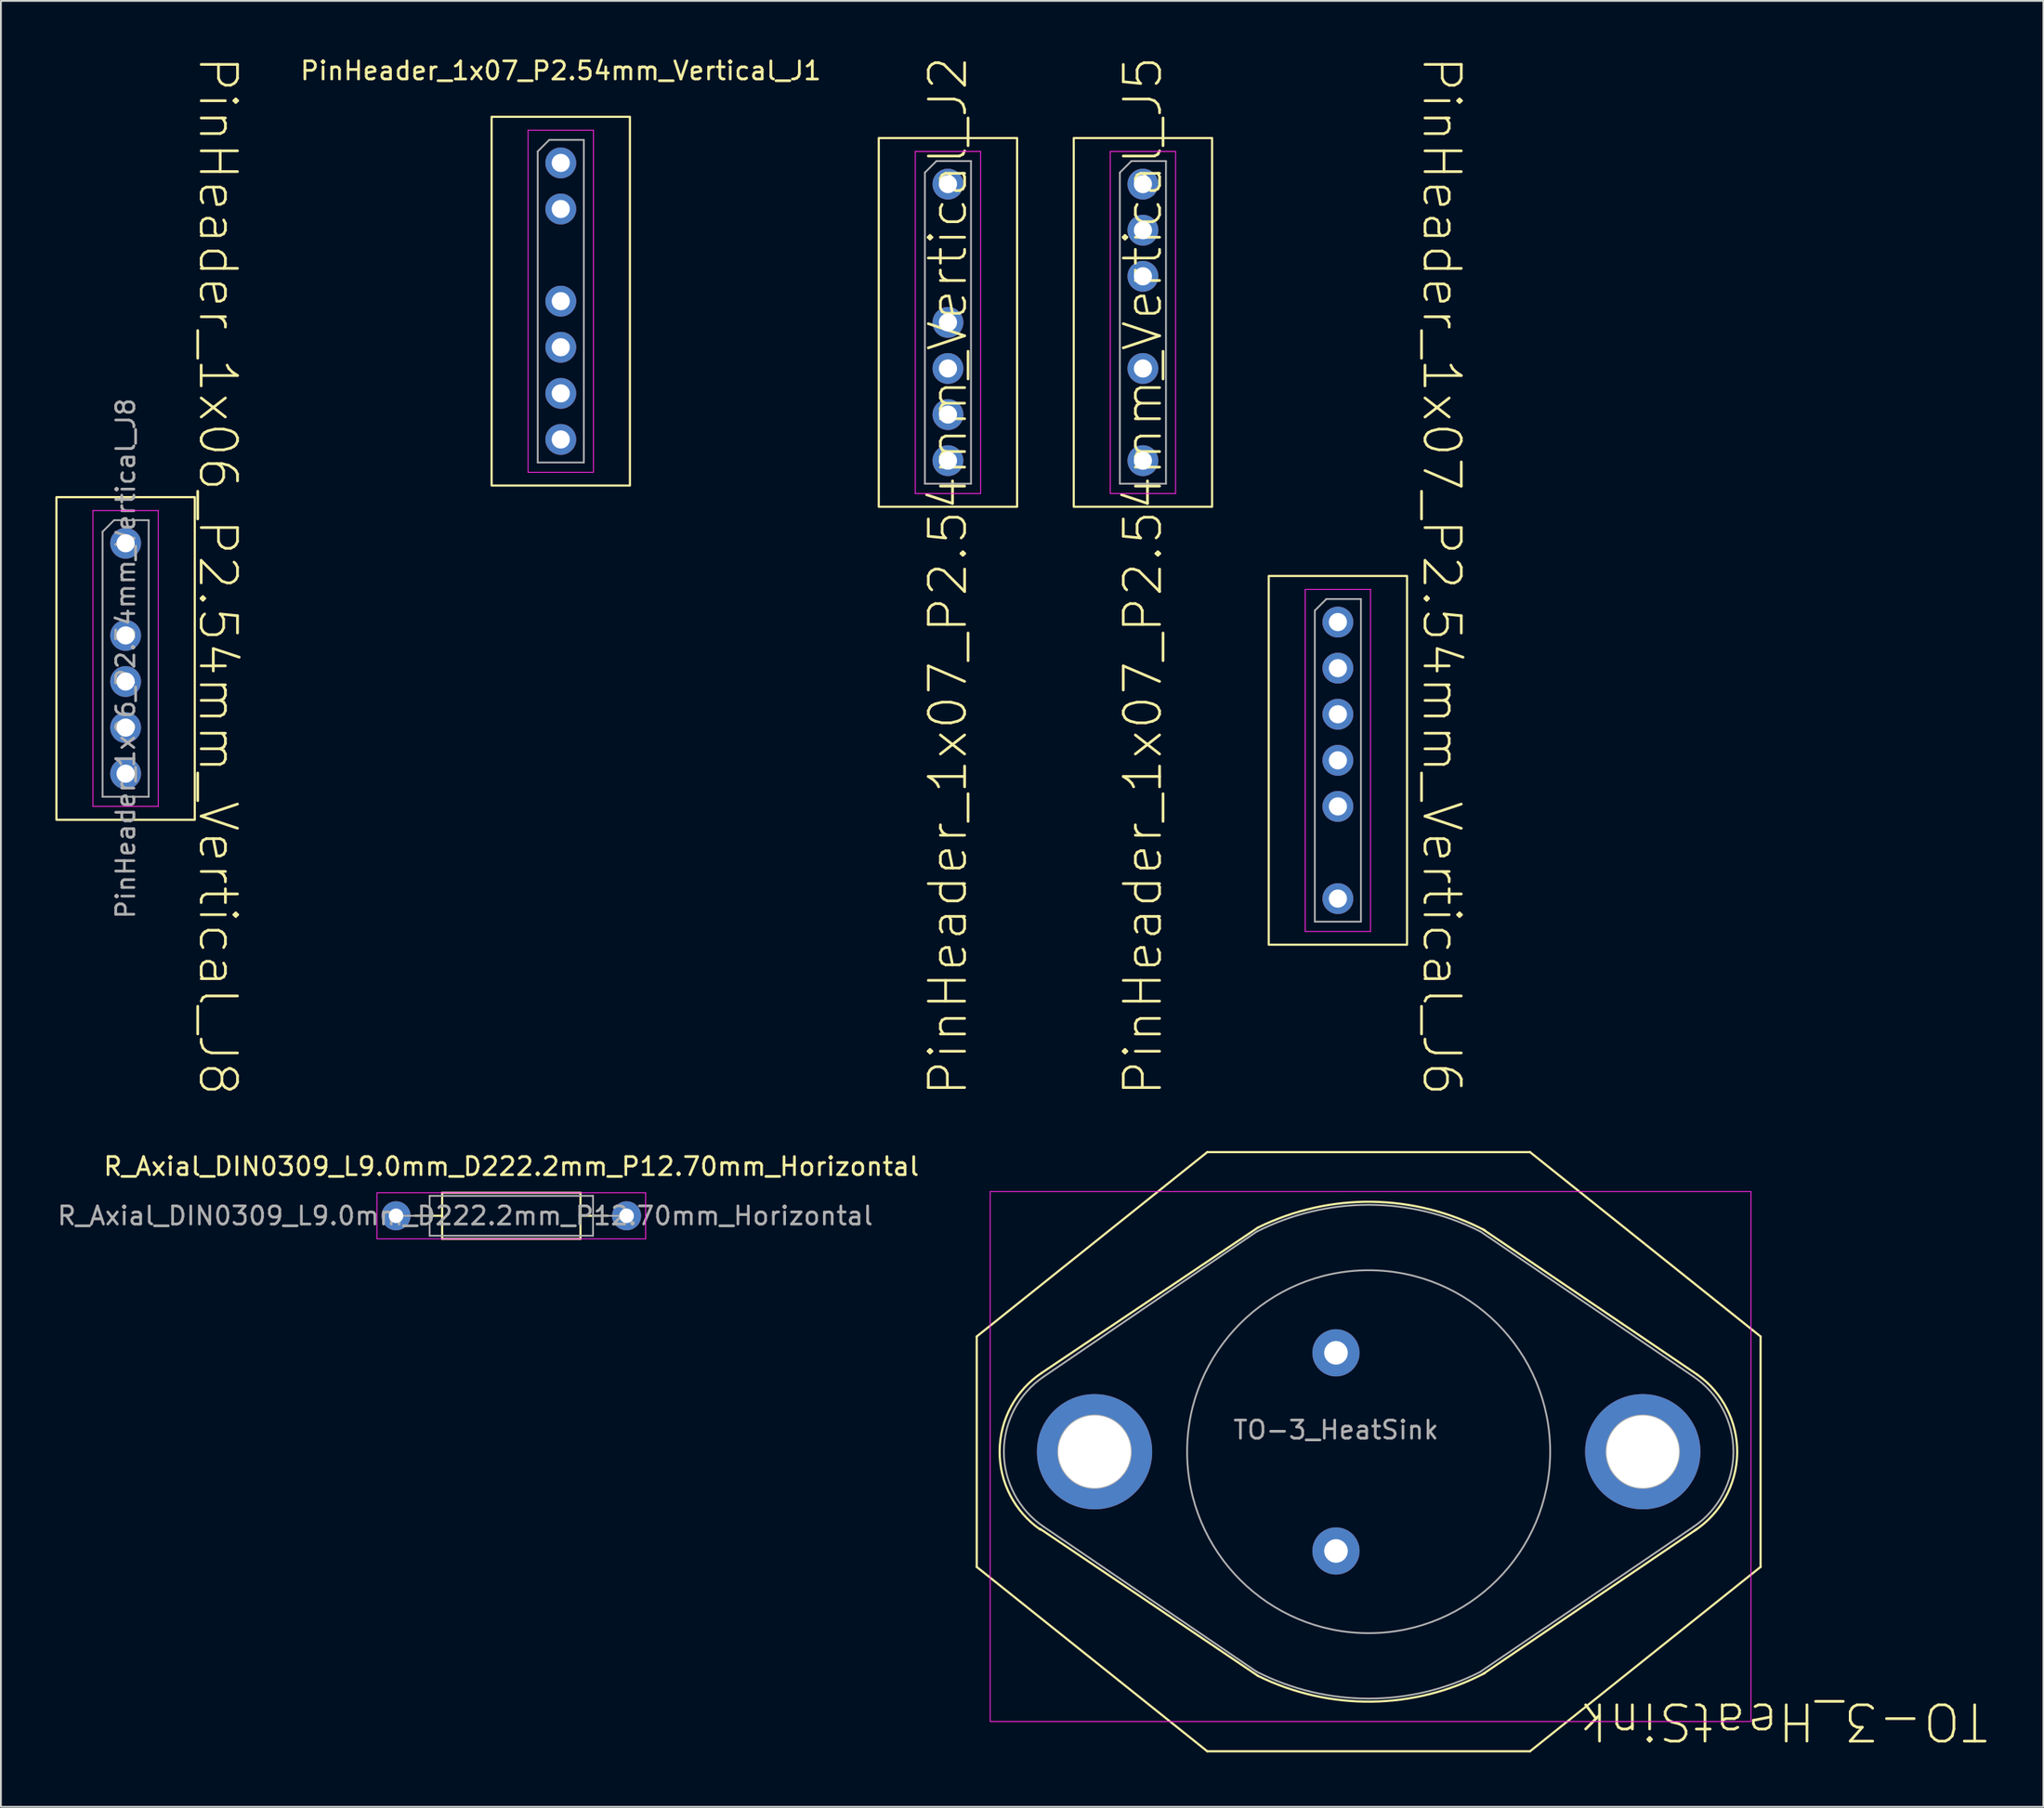
<source format=kicad_pcb>
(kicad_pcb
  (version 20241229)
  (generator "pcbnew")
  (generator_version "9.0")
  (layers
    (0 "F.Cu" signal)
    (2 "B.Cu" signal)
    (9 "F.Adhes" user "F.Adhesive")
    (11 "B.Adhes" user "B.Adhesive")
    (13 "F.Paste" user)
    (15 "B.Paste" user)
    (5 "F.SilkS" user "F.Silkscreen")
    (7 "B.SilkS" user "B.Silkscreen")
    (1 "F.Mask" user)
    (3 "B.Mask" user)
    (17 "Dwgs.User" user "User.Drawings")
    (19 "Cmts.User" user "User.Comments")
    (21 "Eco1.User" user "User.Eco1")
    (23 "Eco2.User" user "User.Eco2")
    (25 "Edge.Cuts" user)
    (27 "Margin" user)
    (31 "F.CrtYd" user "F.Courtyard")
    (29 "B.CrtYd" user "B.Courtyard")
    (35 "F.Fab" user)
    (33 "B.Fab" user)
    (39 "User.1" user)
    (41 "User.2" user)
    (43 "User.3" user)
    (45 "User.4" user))
  (footprint "TO-3_HeatSink"
    (layer "F.Cu")
    (at 70.545 71.503)
    (property "Reference" "TO-3_HeatSink" (at 24.66 20.315 180) (unlocked yes) (layer "F.SilkS") (effects (font (size 2 2) (thickness 0.15))))
    (attr through_hole)
    (fp_line (start -19.79 -0.9) (end -7.09 -11.06) (stroke (width 0.12) (type solid)) (layer "F.SilkS"))
    (fp_line (start -19.79 11.8) (end -19.79 -0.9) (stroke (width 0.12) (type solid)) (layer "F.SilkS"))
    (fp_line (start -7.09 -11.06) (end 10.69 -11.06) (stroke (width 0.12) (type solid)) (layer "F.SilkS"))
    (fp_line (start -7.09 21.96) (end -19.79 11.8) (stroke (width 0.12) (type solid)) (layer "F.SilkS"))
    (fp_line (start -4.3 -6.9) (end -16.2 1.1) (stroke (width 0.12) (type solid)) (layer "F.SilkS"))
    (fp_line (start -4.3 17.8) (end -16.3 9.7) (stroke (width 0.12) (type solid)) (layer "F.SilkS"))
    (fp_line (start 8.1 -6.8) (end 19.9 1.2) (stroke (width 0.12) (type solid)) (layer "F.SilkS"))
    (fp_line (start 8.1 17.7) (end 19.9 9.7) (stroke (width 0.12) (type solid)) (layer "F.SilkS"))
    (fp_line (start 10.69 -11.06) (end 23.39 -0.9) (stroke (width 0.12) (type solid)) (layer "F.SilkS"))
    (fp_line (start 10.69 21.96) (end -7.09 21.96) (stroke (width 0.12) (type solid)) (layer "F.SilkS"))
    (fp_line (start 23.39 -0.9) (end 23.39 11.8) (stroke (width 0.12) (type solid)) (layer "F.SilkS"))
    (fp_line (start 23.39 11.8) (end 10.69 21.96) (stroke (width 0.12) (type solid)) (layer "F.SilkS"))
    (fp_arc (start -16.276967 9.747694) (mid -18.527843 5.403471) (end -16.2 1.1) (stroke (width 0.12) (type solid)) (layer "F.SilkS"))
    (fp_arc (start -4.3 -6.9) (mid 1.971643 -8.323273) (end 8.20587 -6.744152) (stroke (width 0.12) (type solid)) (layer "F.SilkS"))
    (fp_arc (start 8.20587 17.644152) (mid 1.971643 19.223273) (end -4.3 17.8) (stroke (width 0.12) (type solid)) (layer "F.SilkS"))
    (fp_arc (start 19.9 1.2) (mid 22.101343 5.542388) (end 19.747176 9.803859) (stroke (width 0.12) (type solid)) (layer "F.SilkS"))
    (fp_rect (start -19.05 -8.89) (end 22.86 20.32) (stroke (width 0.05) (type solid)) (fill no) (layer "F.CrtYd"))
    (fp_line (start -4.38 -6.67) (end -16.11 1.32) (stroke (width 0.1) (type solid)) (layer "F.Fab"))
    (fp_line (start -4.38 17.57) (end -16.11 9.58) (stroke (width 0.1) (type solid)) (layer "F.Fab"))
    (fp_line (start 7.98 -6.67) (end 19.71 1.32) (stroke (width 0.1) (type solid)) (layer "F.Fab"))
    (fp_line (start 7.98 17.56) (end 19.71 9.58) (stroke (width 0.1) (type solid)) (layer "F.Fab"))
    (fp_arc (start -16.105547 9.583026) (mid -18.295297 5.452692) (end -16.11 1.32) (stroke (width 0.1) (type solid)) (layer "F.Fab"))
    (fp_arc (start -4.38 -6.67) (mid 1.795945 -8.15466) (end 7.972773 -6.673682) (stroke (width 0.1) (type solid)) (layer "F.Fab"))
    (fp_arc (start 7.972773 17.573682) (mid 1.795945 19.05466) (end -4.38 17.57) (stroke (width 0.1) (type solid)) (layer "F.Fab"))
    (fp_arc (start 19.71 1.32) (mid 21.895297 5.452692) (end 19.705547 9.583026) (stroke (width 0.1) (type solid)) (layer "F.Fab"))
    (fp_circle (center -13.3 5.45) (end -15.3 5.45) (stroke (width 0.1) (type solid)) (fill no) (layer "F.Fab"))
    (fp_circle (center 1.8 5.45) (end 11.8 5.45) (stroke (width 0.1) (type solid)) (fill no) (layer "F.Fab"))
    (fp_circle (center 16.9 5.45) (end 18.9 5.45) (stroke (width 0.1) (type solid)) (fill no) (layer "F.Fab"))
    (fp_text user "${REFERENCE}" (at 0 4.25 0) (layer "F.Fab") (effects (font (size 1 1) (thickness 0.15))))
    (pad "1" thru_hole circle (at 0 0) (size 2.6 2.6) (drill 1.3) (layers "*.Cu" "*.Mask"))
    (pad "2" thru_hole circle (at 0 10.92) (size 2.6 2.6) (drill 1.3) (layers "*.Cu" "*.Mask"))
    (pad "3" thru_hole circle (at -13.3 5.45) (size 6.35 6.35) (drill 4) (layers "*.Cu" "*.Mask"))
    (pad "3" thru_hole circle (at 16.9 5.45) (size 6.35 6.35) (drill 4) (layers "*.Cu" "*.Mask")))
  (footprint "PinHeader_1x06_P2.54mm_Vertical_J8"
    (layer "F.Cu")
    (at 3.87 26.888)
    (property "Reference" "PinHeader_1x06_P2.54mm_Vertical_J8" (at 5.08 1.803 270) (unlocked yes) (layer "F.SilkS") (effects (font (size 2 2) (thickness 0.15))))
    (attr through_hole)
    (fp_rect (start -3.81 -2.54) (end 3.81 15.24) (stroke (width 0.12) (type solid)) (fill no) (layer "F.SilkS"))
    (fp_line (start -1.8 -1.8) (end -1.8 14.5) (stroke (width 0.05) (type solid)) (layer "F.CrtYd"))
    (fp_line (start -1.8 14.5) (end 1.8 14.5) (stroke (width 0.05) (type solid)) (layer "F.CrtYd"))
    (fp_line (start 1.8 -1.8) (end -1.8 -1.8) (stroke (width 0.05) (type solid)) (layer "F.CrtYd"))
    (fp_line (start 1.8 14.5) (end 1.8 -1.8) (stroke (width 0.05) (type solid)) (layer "F.CrtYd"))
    (fp_line (start -1.27 -0.635) (end -0.635 -1.27) (stroke (width 0.1) (type solid)) (layer "F.Fab"))
    (fp_line (start -1.27 13.97) (end -1.27 -0.635) (stroke (width 0.1) (type solid)) (layer "F.Fab"))
    (fp_line (start -0.635 -1.27) (end 1.27 -1.27) (stroke (width 0.1) (type solid)) (layer "F.Fab"))
    (fp_line (start 1.27 -1.27) (end 1.27 13.97) (stroke (width 0.1) (type solid)) (layer "F.Fab"))
    (fp_line (start 1.27 13.97) (end -1.27 13.97) (stroke (width 0.1) (type solid)) (layer "F.Fab"))
    (fp_text user "${REFERENCE}" (at 0 6.35 90) (layer "F.Fab") (effects (font (size 1 1) (thickness 0.15))))
    (pad "1" thru_hole circle (at 0 0) (size 1.7 1.7) (drill 1) (layers "*.Cu" "*.Mask"))
    (pad "3" thru_hole oval (at 0 5.08) (size 1.7 1.7) (drill 1) (layers "*.Cu" "*.Mask"))
    (pad "4" thru_hole oval (at 0 7.62) (size 1.7 1.7) (drill 1) (layers "*.Cu" "*.Mask"))
    (pad "5" thru_hole oval (at 0 10.16) (size 1.7 1.7) (drill 1) (layers "*.Cu" "*.Mask"))
    (pad "6" thru_hole oval (at 0 12.7) (size 1.7 1.7) (drill 1) (layers "*.Cu" "*.Mask")))
  (footprint "PinHeader_1x07_P2.54mm_Vertical_J1"
    (layer "F.Cu")
    (at 27.842 5.928)
    (property "Reference" "PinHeader_1x07_P2.54mm_Vertical_J1" (at 0 -5.08 0) (unlocked yes) (layer "F.SilkS") (effects (font (size 1 1) (thickness 0.15))))
    (attr through_hole)
    (fp_rect (start -3.81 -2.54) (end 3.81 17.78) (stroke (width 0.12) (type solid)) (fill no) (layer "F.SilkS"))
    (fp_line (start -1.8 -1.8) (end -1.8 17.05) (stroke (width 0.05) (type solid)) (layer "F.CrtYd"))
    (fp_line (start -1.8 17.05) (end 1.8 17.05) (stroke (width 0.05) (type solid)) (layer "F.CrtYd"))
    (fp_line (start 1.8 -1.8) (end -1.8 -1.8) (stroke (width 0.05) (type solid)) (layer "F.CrtYd"))
    (fp_line (start 1.8 17.05) (end 1.8 -1.8) (stroke (width 0.05) (type solid)) (layer "F.CrtYd"))
    (fp_line (start -1.27 -0.635) (end -0.635 -1.27) (stroke (width 0.1) (type solid)) (layer "F.Fab"))
    (fp_line (start -1.27 16.51) (end -1.27 -0.635) (stroke (width 0.1) (type solid)) (layer "F.Fab"))
    (fp_line (start -0.635 -1.27) (end 1.27 -1.27) (stroke (width 0.1) (type solid)) (layer "F.Fab"))
    (fp_line (start 1.27 -1.27) (end 1.27 16.51) (stroke (width 0.1) (type solid)) (layer "F.Fab"))
    (fp_line (start 1.27 16.51) (end -1.27 16.51) (stroke (width 0.1) (type solid)) (layer "F.Fab"))
    (pad "1" thru_hole circle (at 0 0) (size 1.7 1.7) (drill 1) (layers "*.Cu" "*.Mask"))
    (pad "2" thru_hole oval (at 0 2.54) (size 1.7 1.7) (drill 1) (layers "*.Cu" "*.Mask"))
    (pad "4" thru_hole oval (at 0 7.62) (size 1.7 1.7) (drill 1) (layers "*.Cu" "*.Mask"))
    (pad "5" thru_hole oval (at 0 10.16) (size 1.7 1.7) (drill 1) (layers "*.Cu" "*.Mask"))
    (pad "6" thru_hole oval (at 0 12.7) (size 1.7 1.7) (drill 1) (layers "*.Cu" "*.Mask"))
    (pad "7" thru_hole oval (at 0 15.24) (size 1.7 1.7) (drill 1) (layers "*.Cu" "*.Mask")))
  (footprint "PinHeader_1x07_P2.54mm_Vertical_J2"
    (layer "F.Cu")
    (at 49.17 7.097)
    (property "Reference" "PinHeader_1x07_P2.54mm_Vertical_J2" (at 0 21.595 270) (layer "F.SilkS") (effects (font (size 2 2) (thickness 0.15))))
    (attr through_hole)
    (fp_rect (start -3.81 -2.54) (end 3.81 17.78) (stroke (width 0.12) (type solid)) (fill no) (layer "F.SilkS"))
    (fp_line (start -1.8 -1.8) (end -1.8 17.05) (stroke (width 0.05) (type solid)) (layer "F.CrtYd"))
    (fp_line (start -1.8 17.05) (end 1.8 17.05) (stroke (width 0.05) (type solid)) (layer "F.CrtYd"))
    (fp_line (start 1.8 -1.8) (end -1.8 -1.8) (stroke (width 0.05) (type solid)) (layer "F.CrtYd"))
    (fp_line (start 1.8 17.05) (end 1.8 -1.8) (stroke (width 0.05) (type solid)) (layer "F.CrtYd"))
    (fp_line (start -1.27 -0.635) (end -0.635 -1.27) (stroke (width 0.1) (type solid)) (layer "F.Fab"))
    (fp_line (start -1.27 16.51) (end -1.27 -0.635) (stroke (width 0.1) (type solid)) (layer "F.Fab"))
    (fp_line (start -0.635 -1.27) (end 1.27 -1.27) (stroke (width 0.1) (type solid)) (layer "F.Fab"))
    (fp_line (start 1.27 -1.27) (end 1.27 16.51) (stroke (width 0.1) (type solid)) (layer "F.Fab"))
    (fp_line (start 1.27 16.51) (end -1.27 16.51) (stroke (width 0.1) (type solid)) (layer "F.Fab"))
    (pad "1" thru_hole circle (at 0 0) (size 1.7 1.7) (drill 1) (layers "*.Cu" "*.Mask"))
    (pad "4" thru_hole oval (at 0 7.62) (size 1.7 1.7) (drill 1) (layers "*.Cu" "*.Mask"))
    (pad "5" thru_hole oval (at 0 10.16) (size 1.7 1.7) (drill 1) (layers "*.Cu" "*.Mask"))
    (pad "6" thru_hole oval (at 0 12.7) (size 1.7 1.7) (drill 1) (layers "*.Cu" "*.Mask"))
    (pad "7" thru_hole oval (at 0 15.24) (size 1.7 1.7) (drill 1) (layers "*.Cu" "*.Mask")))
  (footprint "PinHeader_1x07_P2.54mm_Vertical_J5"
    (layer "F.Cu")
    (at 59.91 7.097)
    (property "Reference" "PinHeader_1x07_P2.54mm_Vertical_J5" (at 0 21.595 270) (layer "F.SilkS") (effects (font (size 2 2) (thickness 0.15))))
    (attr through_hole)
    (fp_rect (start -3.81 -2.54) (end 3.81 17.78) (stroke (width 0.12) (type solid)) (fill no) (layer "F.SilkS"))
    (fp_line (start -1.8 -1.8) (end -1.8 17.05) (stroke (width 0.05) (type solid)) (layer "F.CrtYd"))
    (fp_line (start -1.8 17.05) (end 1.8 17.05) (stroke (width 0.05) (type solid)) (layer "F.CrtYd"))
    (fp_line (start 1.8 -1.8) (end -1.8 -1.8) (stroke (width 0.05) (type solid)) (layer "F.CrtYd"))
    (fp_line (start 1.8 17.05) (end 1.8 -1.8) (stroke (width 0.05) (type solid)) (layer "F.CrtYd"))
    (fp_line (start -1.27 -0.635) (end -0.635 -1.27) (stroke (width 0.1) (type solid)) (layer "F.Fab"))
    (fp_line (start -1.27 16.51) (end -1.27 -0.635) (stroke (width 0.1) (type solid)) (layer "F.Fab"))
    (fp_line (start -0.635 -1.27) (end 1.27 -1.27) (stroke (width 0.1) (type solid)) (layer "F.Fab"))
    (fp_line (start 1.27 -1.27) (end 1.27 16.51) (stroke (width 0.1) (type solid)) (layer "F.Fab"))
    (fp_line (start 1.27 16.51) (end -1.27 16.51) (stroke (width 0.1) (type solid)) (layer "F.Fab"))
    (pad "1" thru_hole circle (at 0 0) (size 1.7 1.7) (drill 1) (layers "*.Cu" "*.Mask"))
    (pad "2" thru_hole oval (at 0 2.54) (size 1.7 1.7) (drill 1) (layers "*.Cu" "*.Mask"))
    (pad "3" thru_hole oval (at 0 5.08) (size 1.7 1.7) (drill 1) (layers "*.Cu" "*.Mask"))
    (pad "5" thru_hole oval (at 0 10.16) (size 1.7 1.7) (drill 1) (layers "*.Cu" "*.Mask"))
    (pad "7" thru_hole oval (at 0 15.24) (size 1.7 1.7) (drill 1) (layers "*.Cu" "*.Mask")))
  (footprint "R_Axial_DIN0309_L9.0mm_D222.2mm_P12.70mm_Horizontal"
    (layer "F.Cu")
    (at 18.767 63.952)
    (property "Reference" "R_Axial_DIN0309_L9.0mm_D222.2mm_P12.70mm_Horizontal" (at 6.35 -2.72 0) (layer "F.SilkS") (effects (font (size 1 1) (thickness 0.15))))
    (attr through_hole)
    (fp_line (start 1.04 0) (end 2.54 0) (stroke (width 0.12) (type solid)) (layer "F.SilkS"))
    (fp_line (start 2.54 -1.27) (end 2.54 1.27) (stroke (width 0.12) (type solid)) (layer "F.SilkS"))
    (fp_line (start 2.54 1.27) (end 10.16 1.27) (stroke (width 0.12) (type solid)) (layer "F.SilkS"))
    (fp_line (start 10.16 -1.27) (end 2.54 -1.27) (stroke (width 0.12) (type solid)) (layer "F.SilkS"))
    (fp_line (start 10.16 1.27) (end 10.16 -1.27) (stroke (width 0.12) (type solid)) (layer "F.SilkS"))
    (fp_line (start 11.66 0) (end 10.16 0) (stroke (width 0.12) (type solid)) (layer "F.SilkS"))
    (fp_line (start -1.05 -1.27) (end -1.05 1.27) (stroke (width 0.05) (type solid)) (layer "F.CrtYd"))
    (fp_line (start -1.05 1.27) (end 13.75 1.27) (stroke (width 0.05) (type solid)) (layer "F.CrtYd"))
    (fp_line (start 13.75 -1.27) (end -1.05 -1.27) (stroke (width 0.05) (type solid)) (layer "F.CrtYd"))
    (fp_line (start 13.75 1.27) (end 13.75 -1.27) (stroke (width 0.05) (type solid)) (layer "F.CrtYd"))
    (fp_line (start 0 0) (end 1.85 0) (stroke (width 0.1) (type solid)) (layer "F.Fab"))
    (fp_line (start 1.85 -1.1) (end 1.85 1.1) (stroke (width 0.1) (type solid)) (layer "F.Fab"))
    (fp_line (start 1.85 1.1) (end 10.85 1.1) (stroke (width 0.1) (type solid)) (layer "F.Fab"))
    (fp_line (start 10.85 -1.1) (end 1.85 -1.1) (stroke (width 0.1) (type solid)) (layer "F.Fab"))
    (fp_line (start 10.85 1.1) (end 10.85 -1.1) (stroke (width 0.1) (type solid)) (layer "F.Fab"))
    (fp_line (start 12.7 0) (end 10.85 0) (stroke (width 0.1) (type solid)) (layer "F.Fab"))
    (fp_text user "${REFERENCE}" (at 3.81 0 0) (layer "F.Fab") (effects (font (size 1 1) (thickness 0.15))))
    (pad "1" thru_hole circle (at 0 0) (size 1.6 1.6) (drill 0.8) (layers "*.Cu" "*.Mask"))
    (pad "2" thru_hole oval (at 12.7 0) (size 1.6 1.6) (drill 0.8) (layers "*.Cu" "*.Mask")))
  (footprint "PinHeader_1x07_P2.54mm_Vertical_J6"
    (layer "F.Cu")
    (at 70.65 31.232)
    (property "Reference" "PinHeader_1x07_P2.54mm_Vertical_J6" (at 5.715 -2.54 270) (unlocked yes) (layer "F.SilkS") (effects (font (size 2 2) (thickness 0.15))))
    (attr through_hole)
    (fp_rect (start -3.81 -2.54) (end 3.81 17.78) (stroke (width 0.12) (type solid)) (fill no) (layer "F.SilkS"))
    (fp_line (start -1.8 -1.8) (end -1.8 17.05) (stroke (width 0.05) (type solid)) (layer "F.CrtYd"))
    (fp_line (start -1.8 17.05) (end 1.8 17.05) (stroke (width 0.05) (type solid)) (layer "F.CrtYd"))
    (fp_line (start 1.8 -1.8) (end -1.8 -1.8) (stroke (width 0.05) (type solid)) (layer "F.CrtYd"))
    (fp_line (start 1.8 17.05) (end 1.8 -1.8) (stroke (width 0.05) (type solid)) (layer "F.CrtYd"))
    (fp_line (start -1.27 -0.635) (end -0.635 -1.27) (stroke (width 0.1) (type solid)) (layer "F.Fab"))
    (fp_line (start -1.27 16.51) (end -1.27 -0.635) (stroke (width 0.1) (type solid)) (layer "F.Fab"))
    (fp_line (start -0.635 -1.27) (end 1.27 -1.27) (stroke (width 0.1) (type solid)) (layer "F.Fab"))
    (fp_line (start 1.27 -1.27) (end 1.27 16.51) (stroke (width 0.1) (type solid)) (layer "F.Fab"))
    (fp_line (start 1.27 16.51) (end -1.27 16.51) (stroke (width 0.1) (type solid)) (layer "F.Fab"))
    (pad "1" thru_hole circle (at 0 0) (size 1.7 1.7) (drill 1) (layers "*.Cu" "*.Mask"))
    (pad "2" thru_hole oval (at 0 2.54) (size 1.7 1.7) (drill 1) (layers "*.Cu" "*.Mask"))
    (pad "3" thru_hole oval (at 0 5.08) (size 1.7 1.7) (drill 1) (layers "*.Cu" "*.Mask"))
    (pad "4" thru_hole oval (at 0 7.62) (size 1.7 1.7) (drill 1) (layers "*.Cu" "*.Mask"))
    (pad "5" thru_hole oval (at 0 10.16) (size 1.7 1.7) (drill 1) (layers "*.Cu" "*.Mask"))
    (pad "7" thru_hole oval (at 0 15.24) (size 1.7 1.7) (drill 1) (layers "*.Cu" "*.Mask")))
  (gr_rect
    (start -3 -3)
    (end 109.515 96.523)
    (stroke (width 0.1) (type default))
    (fill no)
    (layer "Edge.Cuts")))
</source>
